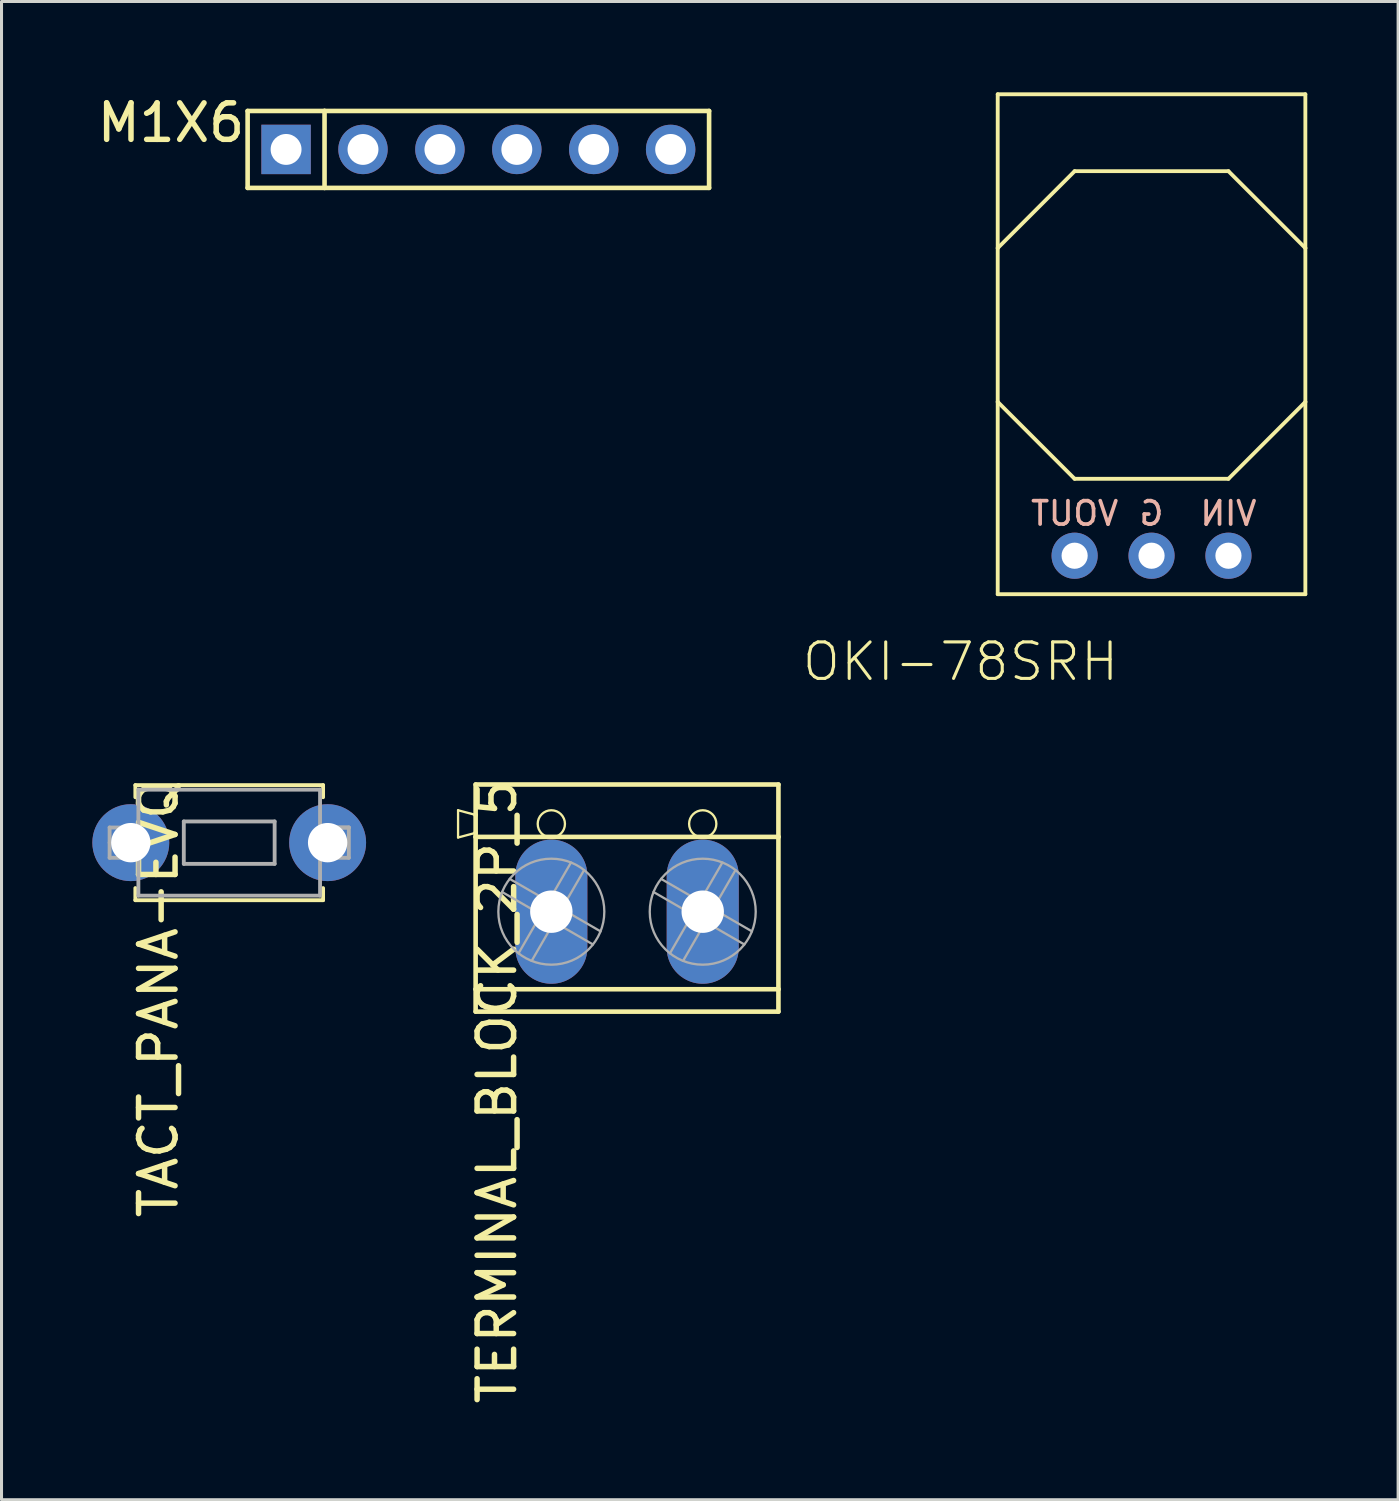
<source format=kicad_pcb>
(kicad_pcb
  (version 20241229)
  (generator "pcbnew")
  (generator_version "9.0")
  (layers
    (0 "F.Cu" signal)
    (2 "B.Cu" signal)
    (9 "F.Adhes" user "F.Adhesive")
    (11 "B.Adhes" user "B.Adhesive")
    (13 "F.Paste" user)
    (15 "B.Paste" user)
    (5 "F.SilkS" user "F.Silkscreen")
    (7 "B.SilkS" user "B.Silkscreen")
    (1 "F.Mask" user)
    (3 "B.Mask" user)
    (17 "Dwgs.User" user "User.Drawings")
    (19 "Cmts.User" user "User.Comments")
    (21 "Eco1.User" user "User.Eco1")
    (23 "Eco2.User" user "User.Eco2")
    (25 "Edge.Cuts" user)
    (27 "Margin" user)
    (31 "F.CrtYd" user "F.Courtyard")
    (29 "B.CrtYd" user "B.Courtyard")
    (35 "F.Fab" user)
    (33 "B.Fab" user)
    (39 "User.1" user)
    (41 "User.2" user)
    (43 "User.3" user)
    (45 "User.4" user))
  (footprint "TACT_PANA-EVQ"
    (layer "F.Cu")
    (at 4.52 24.779)
    (property "Reference" "TACT_PANA-EVQ" (at -3.043 -2.17 90) (layer "F.SilkS") (effects (font (size 1.206 1.206) (thickness 0.181)) (justify right top)))
    (attr through_hole)
    (fp_line (start -3.1 -1.9) (end 3.1 -1.9) (stroke (width 0.127) (type solid)) (layer "F.SilkS"))
    (fp_line (start -3.1 -1.5) (end -3.1 -1.9) (stroke (width 0.127) (type solid)) (layer "F.SilkS"))
    (fp_line (start -3.1 1.5) (end -3.1 1.9) (stroke (width 0.127) (type solid)) (layer "F.SilkS"))
    (fp_line (start -3.1 1.9) (end 3.1 1.9) (stroke (width 0.127) (type solid)) (layer "F.SilkS"))
    (fp_line (start 3.1 -1.9) (end 3.1 -1.5) (stroke (width 0.127) (type solid)) (layer "F.SilkS"))
    (fp_line (start 3.1 1.9) (end 3.1 1.5) (stroke (width 0.127) (type solid)) (layer "F.SilkS"))
    (fp_line (start -3.95 -0.5) (end -3 -0.5) (stroke (width 0.127) (type solid)) (layer "F.Fab"))
    (fp_line (start -3.95 0) (end -3.95 -0.5) (stroke (width 0.127) (type solid)) (layer "F.Fab"))
    (fp_line (start -3.95 0.5) (end -3.95 0) (stroke (width 0.127) (type solid)) (layer "F.Fab"))
    (fp_line (start -3 -1.75) (end 3 -1.75) (stroke (width 0.127) (type solid)) (layer "F.Fab"))
    (fp_line (start -3 -0.5) (end -3 -1.75) (stroke (width 0.127) (type solid)) (layer "F.Fab"))
    (fp_line (start -3 -0.5) (end -3 0.5) (stroke (width 0.127) (type solid)) (layer "F.Fab"))
    (fp_line (start -3 0.5) (end -3.95 0.5) (stroke (width 0.127) (type solid)) (layer "F.Fab"))
    (fp_line (start -3 0.5) (end -3 -0.5) (stroke (width 0.127) (type solid)) (layer "F.Fab"))
    (fp_line (start -3 1.75) (end -3 0.5) (stroke (width 0.127) (type solid)) (layer "F.Fab"))
    (fp_line (start -1.5 -0.7) (end 1.5 -0.7) (stroke (width 0.127) (type solid)) (layer "F.Fab"))
    (fp_line (start -1.5 0.7) (end -1.5 -0.7) (stroke (width 0.127) (type solid)) (layer "F.Fab"))
    (fp_line (start 1.5 -0.7) (end 1.5 0.7) (stroke (width 0.127) (type solid)) (layer "F.Fab"))
    (fp_line (start 1.5 0.7) (end -1.5 0.7) (stroke (width 0.127) (type solid)) (layer "F.Fab"))
    (fp_line (start 3 -1.75) (end 3 -0.5) (stroke (width 0.127) (type solid)) (layer "F.Fab"))
    (fp_line (start 3 -0.5) (end 3 0.5) (stroke (width 0.127) (type solid)) (layer "F.Fab"))
    (fp_line (start 3 -0.5) (end 3 0.5) (stroke (width 0.127) (type solid)) (layer "F.Fab"))
    (fp_line (start 3 0.5) (end 3 1.75) (stroke (width 0.127) (type solid)) (layer "F.Fab"))
    (fp_line (start 3 0.5) (end 3.95 0.5) (stroke (width 0.127) (type solid)) (layer "F.Fab"))
    (fp_line (start 3 1.75) (end -3 1.75) (stroke (width 0.127) (type solid)) (layer "F.Fab"))
    (fp_line (start 3.95 -0.5) (end 3 -0.5) (stroke (width 0.127) (type solid)) (layer "F.Fab"))
    (fp_line (start 3.95 -0.5) (end 3 -0.5) (stroke (width 0.127) (type solid)) (layer "F.Fab"))
    (fp_line (start 3.95 0.5) (end 3.95 -0.5) (stroke (width 0.127) (type solid)) (layer "F.Fab"))
    (pad "P$1" thru_hole circle (at -3.25 0) (size 2.54 2.54) (drill 1.3) (layers "*.Cu" "*.Mask"))
    (pad "P$2" thru_hole circle (at 3.25 0) (size 2.54 2.54) (drill 1.3) (layers "*.Cu" "*.Mask")))
  (footprint "M1X6"
    (layer "F.Cu")
    (at 6.398 1.885)
    (property "Reference" "M1X6" (at -1.27 -1.587 180) (layer "F.SilkS") (effects (font (size 1.206 1.206) (thickness 0.181)) (justify right top)))
    (attr through_hole)
    (fp_line (start -1.27 -1.27) (end -1.27 1.27) (stroke (width 0.152) (type solid)) (layer "F.SilkS"))
    (fp_line (start -1.27 1.27) (end 1.27 1.27) (stroke (width 0.152) (type solid)) (layer "F.SilkS"))
    (fp_line (start 1.27 -1.27) (end -1.27 -1.27) (stroke (width 0.152) (type solid)) (layer "F.SilkS"))
    (fp_line (start 1.27 -1.27) (end 1.27 1.27) (stroke (width 0.152) (type solid)) (layer "F.SilkS"))
    (fp_line (start 1.27 1.27) (end 13.97 1.27) (stroke (width 0.152) (type solid)) (layer "F.SilkS"))
    (fp_line (start 13.97 -1.27) (end 1.27 -1.27) (stroke (width 0.152) (type solid)) (layer "F.SilkS"))
    (fp_line (start 13.97 1.27) (end 13.97 -1.27) (stroke (width 0.152) (type solid)) (layer "F.SilkS"))
    (pad "1" thru_hole rect (at 0 0) (size 1.632 1.632) (drill 1.02) (layers "*.Cu" "*.Mask"))
    (pad "2" thru_hole circle (at 2.54 0) (size 1.632 1.632) (drill 1.02) (layers "*.Cu" "*.Mask"))
    (pad "3" thru_hole circle (at 5.08 0) (size 1.632 1.632) (drill 1.02) (layers "*.Cu" "*.Mask"))
    (pad "4" thru_hole circle (at 7.62 0) (size 1.632 1.632) (drill 1.02) (layers "*.Cu" "*.Mask"))
    (pad "5" thru_hole circle (at 10.16 0) (size 1.632 1.632) (drill 1.02) (layers "*.Cu" "*.Mask"))
    (pad "6" thru_hole circle (at 12.7 0) (size 1.632 1.632) (drill 1.02) (layers "*.Cu" "*.Mask")))
  (footprint "TERMINAL_BLOCK_2P_5"
    (layer "F.Cu")
    (at 17.658 26.609)
    (property "Reference" "TERMINAL_BLOCK_2P_5" (at -5 -4 90) (layer "F.SilkS") (effects (font (size 1.206 1.206) (thickness 0.181)) (justify right top)))
    (attr through_hole)
    (fp_line (start -5.58 -2.9) (end -5.58 -2) (stroke (width 0.076) (type solid)) (layer "F.SilkS"))
    (fp_line (start -5.58 -2) (end -5 -2.155) (stroke (width 0.076) (type solid)) (layer "F.SilkS"))
    (fp_line (start -5 -3.75) (end 5 -3.75) (stroke (width 0.152) (type solid)) (layer "F.SilkS"))
    (fp_line (start -5 -2.745) (end -5.58 -2.9) (stroke (width 0.076) (type solid)) (layer "F.SilkS"))
    (fp_line (start -5 -2.745) (end -5 -3.75) (stroke (width 0.152) (type solid)) (layer "F.SilkS"))
    (fp_line (start -5 -2.155) (end -5 -2.745) (stroke (width 0.152) (type solid)) (layer "F.SilkS"))
    (fp_line (start -5 -2.02) (end -5 -2.155) (stroke (width 0.152) (type solid)) (layer "F.SilkS"))
    (fp_line (start -5 -2.02) (end 5 -2.02) (stroke (width 0.152) (type solid)) (layer "F.SilkS"))
    (fp_line (start -5 3.01) (end -5 -2.02) (stroke (width 0.152) (type solid)) (layer "F.SilkS"))
    (fp_line (start -5 3.01) (end 5 3.01) (stroke (width 0.152) (type solid)) (layer "F.SilkS"))
    (fp_line (start -5 3.75) (end -5 3.01) (stroke (width 0.152) (type solid)) (layer "F.SilkS"))
    (fp_line (start 5 -3.75) (end 5 -2.02) (stroke (width 0.152) (type solid)) (layer "F.SilkS"))
    (fp_line (start 5 -2.02) (end 5 3.01) (stroke (width 0.152) (type solid)) (layer "F.SilkS"))
    (fp_line (start 5 3.01) (end 5 3.75) (stroke (width 0.152) (type solid)) (layer "F.SilkS"))
    (fp_line (start 5 3.75) (end -5 3.75) (stroke (width 0.152) (type solid)) (layer "F.SilkS"))
    (fp_circle (center -2.5 -2.45) (end -2.05 -2.45) (stroke (width 0.076) (type solid)) (fill no) (layer "F.SilkS"))
    (fp_circle (center 2.5 -2.45) (end 2.95 -2.45) (stroke (width 0.076) (type solid)) (fill no) (layer "F.SilkS"))
    (fp_line (start -3.875 -0.633) (end -2.592 0.108) (stroke (width 0.076) (type solid)) (layer "F.Fab"))
    (fp_line (start -3.583 1.825) (end -2.842 0.542) (stroke (width 0.076) (type solid)) (layer "F.Fab"))
    (fp_line (start -2.842 0.542) (end -4.125 -0.2) (stroke (width 0.076) (type solid)) (layer "F.Fab"))
    (fp_line (start -2.592 0.108) (end -1.85 -1.175) (stroke (width 0.076) (type solid)) (layer "F.Fab"))
    (fp_line (start -2.408 0.792) (end -3.15 2.075) (stroke (width 0.076) (type solid)) (layer "F.Fab"))
    (fp_line (start -2.158 0.358) (end -0.875 1.1) (stroke (width 0.076) (type solid)) (layer "F.Fab"))
    (fp_line (start -1.417 -0.925) (end -2.158 0.358) (stroke (width 0.076) (type solid)) (layer "F.Fab"))
    (fp_line (start -1.125 1.533) (end -2.408 0.792) (stroke (width 0.076) (type solid)) (layer "F.Fab"))
    (fp_line (start 1.125 -0.633) (end 2.408 0.108) (stroke (width 0.076) (type solid)) (layer "F.Fab"))
    (fp_line (start 1.417 1.825) (end 2.158 0.542) (stroke (width 0.076) (type solid)) (layer "F.Fab"))
    (fp_line (start 2.158 0.542) (end 0.875 -0.2) (stroke (width 0.076) (type solid)) (layer "F.Fab"))
    (fp_line (start 2.408 0.108) (end 3.15 -1.175) (stroke (width 0.076) (type solid)) (layer "F.Fab"))
    (fp_line (start 2.592 0.792) (end 1.85 2.075) (stroke (width 0.076) (type solid)) (layer "F.Fab"))
    (fp_line (start 2.842 0.358) (end 4.125 1.1) (stroke (width 0.076) (type solid)) (layer "F.Fab"))
    (fp_line (start 3.583 -0.925) (end 2.842 0.358) (stroke (width 0.076) (type solid)) (layer "F.Fab"))
    (fp_line (start 3.875 1.533) (end 2.592 0.792) (stroke (width 0.076) (type solid)) (layer "F.Fab"))
    (fp_circle (center -2.5 0.45) (end -0.75 0.45) (stroke (width 0.076) (type solid)) (fill no) (layer "F.Fab"))
    (fp_circle (center 2.5 0.45) (end 4.25 0.45) (stroke (width 0.076) (type solid)) (fill no) (layer "F.Fab"))
    (pad "1" thru_hole oval (at 2.5 0.45 90) (size 4.76 2.38) (drill 1.4) (layers "*.Cu" "*.Mask"))
    (pad "2" thru_hole oval (at -2.5 0.45 90) (size 4.76 2.38) (drill 1.4) (layers "*.Cu" "*.Mask")))
  (footprint "OKI-78SRH"
    (layer "F.Cu")
    (at 34.98 15.303)
    (property "Reference" "OKI-78SRH" (at -1.016 2.794 0) (layer "F.SilkS") (effects (font (size 1.206 1.206) (thickness 0.102)) (justify right top)))
    (attr through_hole)
    (fp_line (start -5.08 -15.24) (end 5.08 -15.24) (stroke (width 0.127) (type solid)) (layer "F.SilkS"))
    (fp_line (start -5.08 -10.16) (end -5.08 -15.24) (stroke (width 0.127) (type solid)) (layer "F.SilkS"))
    (fp_line (start -5.08 -10.16) (end -2.54 -12.7) (stroke (width 0.127) (type solid)) (layer "F.SilkS"))
    (fp_line (start -5.08 -5.08) (end -5.08 -10.16) (stroke (width 0.127) (type solid)) (layer "F.SilkS"))
    (fp_line (start -5.08 1.27) (end -5.08 -5.08) (stroke (width 0.127) (type solid)) (layer "F.SilkS"))
    (fp_line (start -2.54 -12.7) (end 2.54 -12.7) (stroke (width 0.127) (type solid)) (layer "F.SilkS"))
    (fp_line (start -2.54 -2.54) (end -5.08 -5.08) (stroke (width 0.127) (type solid)) (layer "F.SilkS"))
    (fp_line (start 2.54 -12.7) (end 5.08 -10.16) (stroke (width 0.127) (type solid)) (layer "F.SilkS"))
    (fp_line (start 2.54 -2.54) (end -2.54 -2.54) (stroke (width 0.127) (type solid)) (layer "F.SilkS"))
    (fp_line (start 5.08 -15.24) (end 5.08 -10.16) (stroke (width 0.127) (type solid)) (layer "F.SilkS"))
    (fp_line (start 5.08 -10.16) (end 5.08 -5.08) (stroke (width 0.127) (type solid)) (layer "F.SilkS"))
    (fp_line (start 5.08 -5.08) (end 2.54 -2.54) (stroke (width 0.127) (type solid)) (layer "F.SilkS"))
    (fp_line (start 5.08 -5.08) (end 5.08 1.27) (stroke (width 0.127) (type solid)) (layer "F.SilkS"))
    (fp_line (start 5.08 1.27) (end -5.08 1.27) (stroke (width 0.127) (type solid)) (layer "F.SilkS"))
    (fp_text user "G" (at 0 -1.397 0) (layer "B.SilkS") (effects (font (size 0.772 0.772) (thickness 0.122)) (justify mirror)))
    (fp_text user "VIN" (at 2.54 -1.397 0) (layer "B.SilkS") (effects (font (size 0.772 0.772) (thickness 0.122)) (justify mirror)))
    (fp_text user "VOUT" (at -2.54 -1.397 0) (layer "B.SilkS") (effects (font (size 0.772 0.772) (thickness 0.122)) (justify mirror)))
    (pad "1" thru_hole circle (at 2.54 0) (size 1.524 1.524) (drill 0.864) (layers "*.Cu" "*.Mask"))
    (pad "2" thru_hole circle (at 0 0) (size 1.524 1.524) (drill 0.864) (layers "*.Cu" "*.Mask"))
    (pad "3" thru_hole circle (at -2.54 0) (size 1.524 1.524) (drill 0.864) (layers "*.Cu" "*.Mask")))
  (gr_rect
    (start -3 -3)
    (end 43.123 46.478)
    (stroke (width 0.1) (type default))
    (fill no)
    (layer "Edge.Cuts")))
</source>
